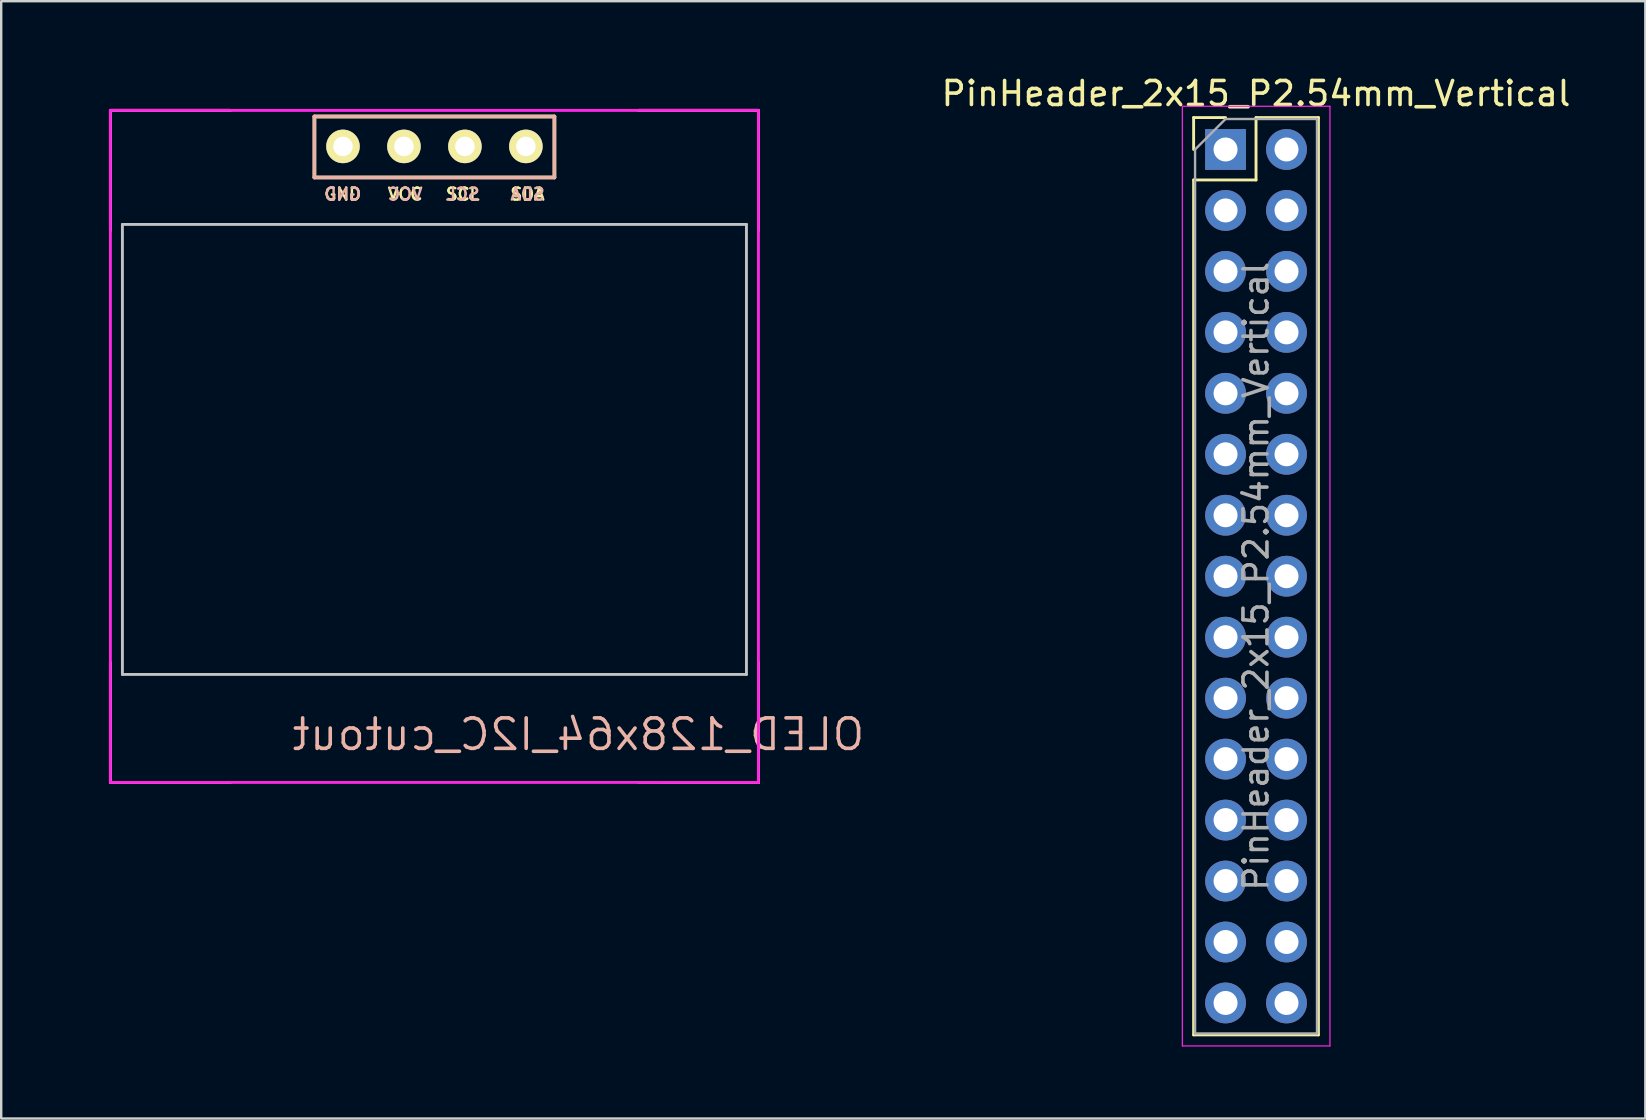
<source format=kicad_pcb>
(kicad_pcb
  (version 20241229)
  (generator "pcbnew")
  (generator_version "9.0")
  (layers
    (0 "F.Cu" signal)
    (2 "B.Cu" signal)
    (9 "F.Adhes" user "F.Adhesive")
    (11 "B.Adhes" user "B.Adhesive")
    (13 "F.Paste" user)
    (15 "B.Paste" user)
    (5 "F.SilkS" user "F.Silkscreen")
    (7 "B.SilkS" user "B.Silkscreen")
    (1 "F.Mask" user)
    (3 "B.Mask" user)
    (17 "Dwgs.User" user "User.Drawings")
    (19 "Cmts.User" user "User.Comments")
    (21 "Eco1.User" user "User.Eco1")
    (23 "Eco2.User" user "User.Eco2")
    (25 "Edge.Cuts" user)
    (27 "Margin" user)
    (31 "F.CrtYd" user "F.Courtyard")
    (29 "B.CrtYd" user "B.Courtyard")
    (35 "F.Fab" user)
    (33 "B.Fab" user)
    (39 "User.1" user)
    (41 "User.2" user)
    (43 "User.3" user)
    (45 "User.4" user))
  (footprint "OLED_128x64_I2C_cutout"
    (layer "F.Cu")
    (at 1.55 1.55)
    (property "Reference" "OLED_128x64_I2C_cutout" (at 19.5 26 180) (layer "B.SilkS") (effects (font (size 1.27 1.27) (thickness 0.15)) (justify mirror)))
    (attr through_hole)
    (fp_line (start 0 0) (end 5 0) (stroke (width 0.12) (type solid)) (layer "F.SilkS"))
    (fp_line (start 0 5) (end 0 0) (stroke (width 0.12) (type solid)) (layer "F.SilkS"))
    (fp_line (start 0 28) (end 0 23) (stroke (width 0.12) (type solid)) (layer "F.SilkS"))
    (fp_line (start 0 28) (end 5 28) (stroke (width 0.12) (type solid)) (layer "F.SilkS"))
    (fp_line (start 8.5 0.254) (end 18.5 0.254) (stroke (width 0.15) (type solid)) (layer "F.SilkS"))
    (fp_line (start 8.5 2.794) (end 8.5 0.254) (stroke (width 0.15) (type solid)) (layer "F.SilkS"))
    (fp_line (start 8.5 2.794) (end 18.5 2.794) (stroke (width 0.15) (type solid)) (layer "F.SilkS"))
    (fp_line (start 18.5 0.254) (end 18.5 2.794) (stroke (width 0.15) (type solid)) (layer "F.SilkS"))
    (fp_line (start 22 0) (end 27 0) (stroke (width 0.12) (type solid)) (layer "F.SilkS"))
    (fp_line (start 27 0) (end 27 5) (stroke (width 0.12) (type solid)) (layer "F.SilkS"))
    (fp_line (start 27 28) (end 23 28) (stroke (width 0.12) (type solid)) (layer "F.SilkS"))
    (fp_line (start 27 28) (end 27 23) (stroke (width 0.12) (type solid)) (layer "F.SilkS"))
    (fp_line (start 0 0) (end 5 0) (stroke (width 0.12) (type solid)) (layer "B.SilkS"))
    (fp_line (start 0 5) (end 0 0) (stroke (width 0.12) (type solid)) (layer "B.SilkS"))
    (fp_line (start 0 28) (end 0 23) (stroke (width 0.12) (type solid)) (layer "B.SilkS"))
    (fp_line (start 0 28) (end 5 28) (stroke (width 0.12) (type solid)) (layer "B.SilkS"))
    (fp_line (start 8.5 0.254) (end 18.5 0.254) (stroke (width 0.15) (type solid)) (layer "B.SilkS"))
    (fp_line (start 8.5 2.794) (end 8.5 0.254) (stroke (width 0.15) (type solid)) (layer "B.SilkS"))
    (fp_line (start 8.5 2.794) (end 18.5 2.794) (stroke (width 0.15) (type solid)) (layer "B.SilkS"))
    (fp_line (start 18.5 0.254) (end 18.5 2.794) (stroke (width 0.15) (type solid)) (layer "B.SilkS"))
    (fp_line (start 22 0) (end 27 0) (stroke (width 0.12) (type solid)) (layer "B.SilkS"))
    (fp_line (start 27 0) (end 27 5) (stroke (width 0.12) (type solid)) (layer "B.SilkS"))
    (fp_line (start 27 28) (end 22 28) (stroke (width 0.12) (type solid)) (layer "B.SilkS"))
    (fp_line (start 27 28) (end 27 23) (stroke (width 0.12) (type solid)) (layer "B.SilkS"))
    (fp_line (start 0.5 4.75) (end 0.5 23.5) (stroke (width 0.12) (type solid)) (layer "Dwgs.User"))
    (fp_line (start 0.5 4.75) (end 26.5 4.75) (stroke (width 0.12) (type solid)) (layer "Dwgs.User"))
    (fp_line (start 0.5 23.5) (end 26.5 23.5) (stroke (width 0.12) (type solid)) (layer "Dwgs.User"))
    (fp_line (start 26.5 4.75) (end 26.5 23.5) (stroke (width 0.12) (type solid)) (layer "Dwgs.User"))
    (fp_line (start -1.5 28) (end -1.5 0) (stroke (width 0.1) (type solid)) (layer "Eco1.User"))
    (fp_line (start 0 -1.5) (end 27 -1.5) (stroke (width 0.1) (type solid)) (layer "Eco1.User"))
    (fp_line (start 27 29.5) (end 0 29.5) (stroke (width 0.1) (type solid)) (layer "Eco1.User"))
    (fp_line (start 28.5 0) (end 28.5 28) (stroke (width 0.1) (type solid)) (layer "Eco1.User"))
    (fp_arc (start -1.5 0) (mid -1.06066 -1.06066) (end 0 -1.5) (stroke (width 0.1) (type solid)) (layer "Eco1.User"))
    (fp_arc (start 0 29.5) (mid -1.06066 29.06066) (end -1.5 28) (stroke (width 0.1) (type solid)) (layer "Eco1.User"))
    (fp_arc (start 27 -1.5) (mid 28.06066 -1.06066) (end 28.5 0) (stroke (width 0.1) (type solid)) (layer "Eco1.User"))
    (fp_arc (start 28.5 28) (mid 28.06066 29.06066) (end 27 29.5) (stroke (width 0.1) (type solid)) (layer "Eco1.User"))
    (fp_line (start 0 0) (end 27 0) (stroke (width 0.12) (type solid)) (layer "F.CrtYd"))
    (fp_line (start 0 28) (end 0 0) (stroke (width 0.12) (type solid)) (layer "F.CrtYd"))
    (fp_line (start 27 0) (end 27 28) (stroke (width 0.12) (type solid)) (layer "F.CrtYd"))
    (fp_line (start 27 28) (end 0 28) (stroke (width 0.12) (type solid)) (layer "F.CrtYd"))
    (fp_text user "GND" (at 9.68 3.49 180) (layer "F.SilkS") (effects (font (size 0.5 0.5) (thickness 0.1))))
    (fp_text user "SDA" (at 17.38 3.49 180) (layer "F.SilkS") (effects (font (size 0.5 0.5) (thickness 0.1))))
    (fp_text user "SCL" (at 14.68 3.49 180) (layer "F.SilkS") (effects (font (size 0.5 0.5) (thickness 0.1))))
    (fp_text user "VCC" (at 12.28 3.49 180) (layer "F.SilkS") (effects (font (size 0.5 0.5) (thickness 0.1))))
    (fp_text user "SCL" (at 14.68 3.49 180) (layer "B.SilkS") (effects (font (size 0.5 0.5) (thickness 0.1)) (justify mirror)))
    (fp_text user "GND" (at 9.68 3.49 180) (layer "B.SilkS") (effects (font (size 0.5 0.5) (thickness 0.1)) (justify mirror)))
    (fp_text user "VCC" (at 12.28 3.49 180) (layer "B.SilkS") (effects (font (size 0.5 0.5) (thickness 0.1)) (justify mirror)))
    (fp_text user "SDA" (at 17.38 3.49 180) (layer "B.SilkS") (effects (font (size 0.5 0.5) (thickness 0.1)) (justify mirror)))
    (pad "1" thru_hole circle (at 9.69 1.5) (size 1.397 1.397) (drill 0.813) (layers "*.Cu" "*.Mask" "F.SilkS"))
    (pad "2" thru_hole circle (at 12.23 1.5) (size 1.397 1.397) (drill 0.813) (layers "*.Cu" "*.Mask" "F.SilkS"))
    (pad "3" thru_hole circle (at 14.77 1.5) (size 1.397 1.397) (drill 0.813) (layers "*.Cu" "*.Mask" "F.SilkS"))
    (pad "4" thru_hole circle (at 17.31 1.5) (size 1.397 1.397) (drill 0.813) (layers "*.Cu" "*.Mask" "F.SilkS")))
  (footprint "PinHeader_2x15_P2.54mm_Vertical"
    (layer "F.Cu")
    (at 48.012 3.178)
    (property "Reference" "PinHeader_2x15_P2.54mm_Vertical" (at 1.27 -2.33 0) (layer "F.SilkS") (effects (font (size 1 1) (thickness 0.15))))
    (attr through_hole)
    (fp_line (start -1.33 -1.33) (end 0 -1.33) (stroke (width 0.12) (type solid)) (layer "F.SilkS"))
    (fp_line (start -1.33 0) (end -1.33 -1.33) (stroke (width 0.12) (type solid)) (layer "F.SilkS"))
    (fp_line (start -1.33 1.27) (end -1.33 36.89) (stroke (width 0.12) (type solid)) (layer "F.SilkS"))
    (fp_line (start -1.33 1.27) (end 1.27 1.27) (stroke (width 0.12) (type solid)) (layer "F.SilkS"))
    (fp_line (start -1.33 36.89) (end 3.87 36.89) (stroke (width 0.12) (type solid)) (layer "F.SilkS"))
    (fp_line (start 1.27 -1.33) (end 3.87 -1.33) (stroke (width 0.12) (type solid)) (layer "F.SilkS"))
    (fp_line (start 1.27 1.27) (end 1.27 -1.33) (stroke (width 0.12) (type solid)) (layer "F.SilkS"))
    (fp_line (start 3.87 -1.33) (end 3.87 36.89) (stroke (width 0.12) (type solid)) (layer "F.SilkS"))
    (fp_line (start -1.8 -1.8) (end -1.8 37.35) (stroke (width 0.05) (type solid)) (layer "F.CrtYd"))
    (fp_line (start -1.8 37.35) (end 4.35 37.35) (stroke (width 0.05) (type solid)) (layer "F.CrtYd"))
    (fp_line (start 4.35 -1.8) (end -1.8 -1.8) (stroke (width 0.05) (type solid)) (layer "F.CrtYd"))
    (fp_line (start 4.35 37.35) (end 4.35 -1.8) (stroke (width 0.05) (type solid)) (layer "F.CrtYd"))
    (fp_line (start -1.27 0) (end 0 -1.27) (stroke (width 0.1) (type solid)) (layer "F.Fab"))
    (fp_line (start -1.27 36.83) (end -1.27 0) (stroke (width 0.1) (type solid)) (layer "F.Fab"))
    (fp_line (start 0 -1.27) (end 3.81 -1.27) (stroke (width 0.1) (type solid)) (layer "F.Fab"))
    (fp_line (start 3.81 -1.27) (end 3.81 36.83) (stroke (width 0.1) (type solid)) (layer "F.Fab"))
    (fp_line (start 3.81 36.83) (end -1.27 36.83) (stroke (width 0.1) (type solid)) (layer "F.Fab"))
    (fp_text user "${REFERENCE}" (at 1.27 17.78 90) (layer "F.Fab") (effects (font (size 1 1) (thickness 0.15))))
    (pad "1" thru_hole rect (at 0 0) (size 1.7 1.7) (drill 1) (layers "*.Cu" "*.Mask"))
    (pad "2" thru_hole oval (at 2.54 0) (size 1.7 1.7) (drill 1) (layers "*.Cu" "*.Mask"))
    (pad "3" thru_hole oval (at 0 2.54) (size 1.7 1.7) (drill 1) (layers "*.Cu" "*.Mask"))
    (pad "4" thru_hole oval (at 2.54 2.54) (size 1.7 1.7) (drill 1) (layers "*.Cu" "*.Mask"))
    (pad "5" thru_hole oval (at 0 5.08) (size 1.7 1.7) (drill 1) (layers "*.Cu" "*.Mask"))
    (pad "6" thru_hole oval (at 2.54 5.08) (size 1.7 1.7) (drill 1) (layers "*.Cu" "*.Mask"))
    (pad "7" thru_hole oval (at 0 7.62) (size 1.7 1.7) (drill 1) (layers "*.Cu" "*.Mask"))
    (pad "8" thru_hole oval (at 2.54 7.62) (size 1.7 1.7) (drill 1) (layers "*.Cu" "*.Mask"))
    (pad "9" thru_hole oval (at 0 10.16) (size 1.7 1.7) (drill 1) (layers "*.Cu" "*.Mask"))
    (pad "10" thru_hole oval (at 2.54 10.16) (size 1.7 1.7) (drill 1) (layers "*.Cu" "*.Mask"))
    (pad "11" thru_hole oval (at 0 12.7) (size 1.7 1.7) (drill 1) (layers "*.Cu" "*.Mask"))
    (pad "12" thru_hole oval (at 2.54 12.7) (size 1.7 1.7) (drill 1) (layers "*.Cu" "*.Mask"))
    (pad "13" thru_hole oval (at 0 15.24) (size 1.7 1.7) (drill 1) (layers "*.Cu" "*.Mask"))
    (pad "14" thru_hole oval (at 2.54 15.24) (size 1.7 1.7) (drill 1) (layers "*.Cu" "*.Mask"))
    (pad "15" thru_hole oval (at 0 17.78) (size 1.7 1.7) (drill 1) (layers "*.Cu" "*.Mask"))
    (pad "16" thru_hole oval (at 2.54 17.78) (size 1.7 1.7) (drill 1) (layers "*.Cu" "*.Mask"))
    (pad "17" thru_hole oval (at 0 20.32) (size 1.7 1.7) (drill 1) (layers "*.Cu" "*.Mask"))
    (pad "18" thru_hole oval (at 2.54 20.32) (size 1.7 1.7) (drill 1) (layers "*.Cu" "*.Mask"))
    (pad "19" thru_hole oval (at 0 22.86) (size 1.7 1.7) (drill 1) (layers "*.Cu" "*.Mask"))
    (pad "20" thru_hole oval (at 2.54 22.86) (size 1.7 1.7) (drill 1) (layers "*.Cu" "*.Mask"))
    (pad "21" thru_hole oval (at 0 25.4) (size 1.7 1.7) (drill 1) (layers "*.Cu" "*.Mask"))
    (pad "22" thru_hole oval (at 2.54 25.4) (size 1.7 1.7) (drill 1) (layers "*.Cu" "*.Mask"))
    (pad "23" thru_hole oval (at 0 27.94) (size 1.7 1.7) (drill 1) (layers "*.Cu" "*.Mask"))
    (pad "24" thru_hole oval (at 2.54 27.94) (size 1.7 1.7) (drill 1) (layers "*.Cu" "*.Mask"))
    (pad "25" thru_hole oval (at 0 30.48) (size 1.7 1.7) (drill 1) (layers "*.Cu" "*.Mask"))
    (pad "26" thru_hole oval (at 2.54 30.48) (size 1.7 1.7) (drill 1) (layers "*.Cu" "*.Mask"))
    (pad "27" thru_hole oval (at 0 33.02) (size 1.7 1.7) (drill 1) (layers "*.Cu" "*.Mask"))
    (pad "28" thru_hole oval (at 2.54 33.02) (size 1.7 1.7) (drill 1) (layers "*.Cu" "*.Mask"))
    (pad "29" thru_hole oval (at 0 35.56) (size 1.7 1.7) (drill 1) (layers "*.Cu" "*.Mask"))
    (pad "30" thru_hole oval (at 2.54 35.56) (size 1.7 1.7) (drill 1) (layers "*.Cu" "*.Mask")))
  (gr_rect
    (start -3 -3)
    (end 65.502 43.553)
    (stroke (width 0.1) (type default))
    (fill no)
    (layer "Edge.Cuts")))
</source>
